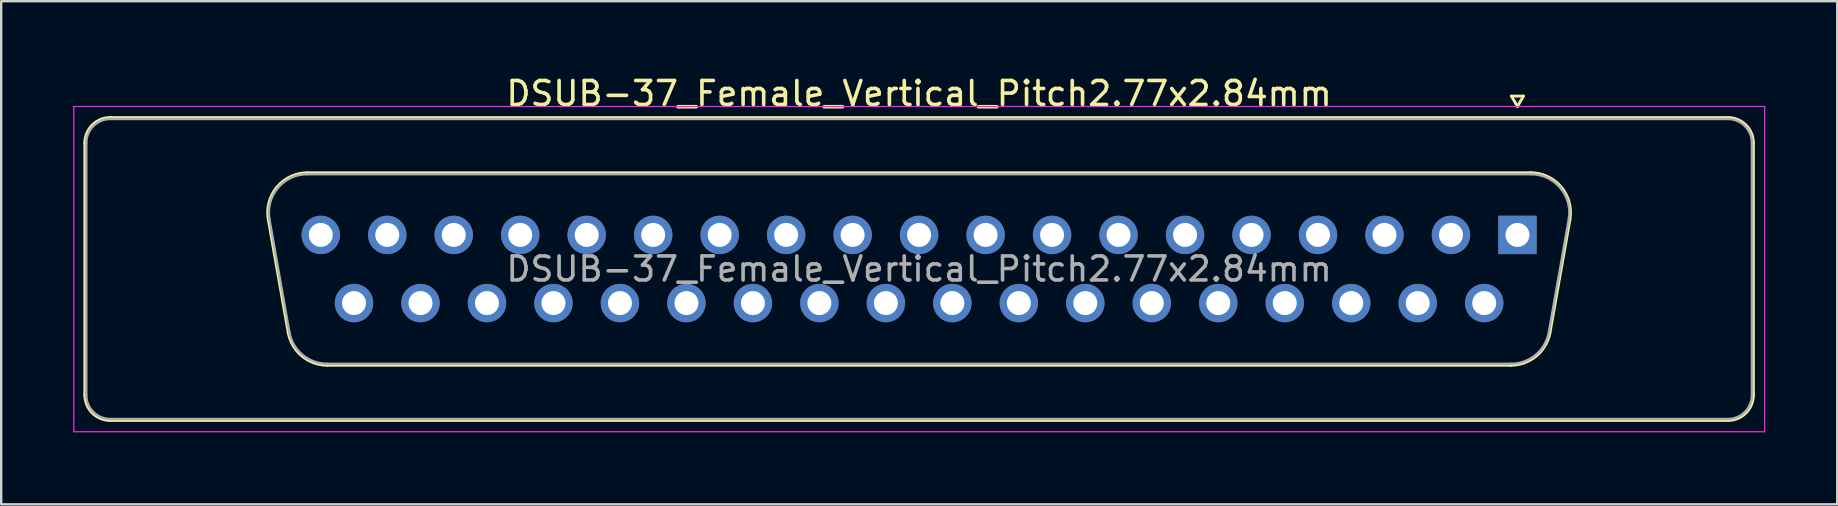
<source format=kicad_pcb>
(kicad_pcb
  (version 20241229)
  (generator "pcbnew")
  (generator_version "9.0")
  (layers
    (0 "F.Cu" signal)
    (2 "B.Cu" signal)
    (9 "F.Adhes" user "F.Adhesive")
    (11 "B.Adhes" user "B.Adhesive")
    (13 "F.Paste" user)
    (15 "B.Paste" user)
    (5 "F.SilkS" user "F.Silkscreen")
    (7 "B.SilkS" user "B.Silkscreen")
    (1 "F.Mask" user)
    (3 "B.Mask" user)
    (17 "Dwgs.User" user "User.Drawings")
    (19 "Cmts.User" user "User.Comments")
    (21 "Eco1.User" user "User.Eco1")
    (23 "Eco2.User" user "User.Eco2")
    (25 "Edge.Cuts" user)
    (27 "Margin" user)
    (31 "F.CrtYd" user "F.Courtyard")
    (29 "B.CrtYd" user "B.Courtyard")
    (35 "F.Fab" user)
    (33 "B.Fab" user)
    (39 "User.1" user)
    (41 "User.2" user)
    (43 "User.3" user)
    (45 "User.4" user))
  (footprint "DSUB-37_Female_Vertical_Pitch2.77x2.84mm"
    (layer "F.Cu")
    (at 60.175 6.738)
    (property "Reference" "DSUB-37_Female_Vertical_Pitch2.77x2.84mm" (at -24.93 -5.89 0) (layer "F.SilkS") (effects (font (size 1 1) (thickness 0.15))))
    (attr through_hole)
    (fp_line (start -59.69 6.67) (end -59.69 -3.83) (stroke (width 0.12) (type solid)) (layer "F.SilkS"))
    (fp_line (start -58.63 -4.89) (end 8.77 -4.89) (stroke (width 0.12) (type solid)) (layer "F.SilkS"))
    (fp_line (start -52.046 -0.642) (end -51.218 4.058) (stroke (width 0.12) (type solid)) (layer "F.SilkS"))
    (fp_line (start -50.412 -2.59) (end 0.552 -2.59) (stroke (width 0.12) (type solid)) (layer "F.SilkS"))
    (fp_line (start -49.583 5.43) (end -0.277 5.43) (stroke (width 0.12) (type solid)) (layer "F.SilkS"))
    (fp_line (start -0.25 -5.784) (end 0.25 -5.784) (stroke (width 0.12) (type solid)) (layer "F.SilkS"))
    (fp_line (start 0 -5.351) (end -0.25 -5.784) (stroke (width 0.12) (type solid)) (layer "F.SilkS"))
    (fp_line (start 0.25 -5.784) (end 0 -5.351) (stroke (width 0.12) (type solid)) (layer "F.SilkS"))
    (fp_line (start 2.186 -0.642) (end 1.358 4.058) (stroke (width 0.12) (type solid)) (layer "F.SilkS"))
    (fp_line (start 8.77 7.73) (end -58.63 7.73) (stroke (width 0.12) (type solid)) (layer "F.SilkS"))
    (fp_line (start 9.83 -3.83) (end 9.83 6.67) (stroke (width 0.12) (type solid)) (layer "F.SilkS"))
    (fp_arc (start -59.69 -3.83) (mid -59.379533 -4.579533) (end -58.63 -4.89) (stroke (width 0.12) (type solid)) (layer "F.SilkS"))
    (fp_arc (start -58.63 7.73) (mid -59.379533 7.419533) (end -59.69 6.67) (stroke (width 0.12) (type solid)) (layer "F.SilkS"))
    (fp_arc (start -52.04647 -0.641744) (mid -51.683323 -1.997028) (end -50.411689 -2.59) (stroke (width 0.12) (type solid)) (layer "F.SilkS"))
    (fp_arc (start -49.582952 5.43) (mid -50.649979 5.041634) (end -51.217733 4.058256) (stroke (width 0.12) (type solid)) (layer "F.SilkS"))
    (fp_arc (start 0.551689 -2.59) (mid 1.823323 -1.997027) (end 2.18647 -0.641744) (stroke (width 0.12) (type solid)) (layer "F.SilkS"))
    (fp_arc (start 1.357733 4.058256) (mid 0.78998 5.041634) (end -0.277048 5.43) (stroke (width 0.12) (type solid)) (layer "F.SilkS"))
    (fp_arc (start 8.77 -4.89) (mid 9.519533 -4.579533) (end 9.83 -3.83) (stroke (width 0.12) (type solid)) (layer "F.SilkS"))
    (fp_arc (start 9.83 6.67) (mid 9.519533 7.419533) (end 8.77 7.73) (stroke (width 0.12) (type solid)) (layer "F.SilkS"))
    (fp_line (start -60.15 -5.35) (end -60.15 8.2) (stroke (width 0.05) (type solid)) (layer "F.CrtYd"))
    (fp_line (start -60.15 8.2) (end 10.3 8.2) (stroke (width 0.05) (type solid)) (layer "F.CrtYd"))
    (fp_line (start 10.3 -5.35) (end -60.15 -5.35) (stroke (width 0.05) (type solid)) (layer "F.CrtYd"))
    (fp_line (start 10.3 8.2) (end 10.3 -5.35) (stroke (width 0.05) (type solid)) (layer "F.CrtYd"))
    (fp_line (start -59.63 6.67) (end -59.63 -3.83) (stroke (width 0.1) (type solid)) (layer "F.Fab"))
    (fp_line (start -58.63 -4.83) (end 8.77 -4.83) (stroke (width 0.1) (type solid)) (layer "F.Fab"))
    (fp_line (start -51.999 -0.652) (end -51.17 4.048) (stroke (width 0.1) (type solid)) (layer "F.Fab"))
    (fp_line (start -50.423 -2.53) (end 0.563 -2.53) (stroke (width 0.1) (type solid)) (layer "F.Fab"))
    (fp_line (start -49.594 5.37) (end -0.266 5.37) (stroke (width 0.1) (type solid)) (layer "F.Fab"))
    (fp_line (start 2.139 -0.652) (end 1.31 4.048) (stroke (width 0.1) (type solid)) (layer "F.Fab"))
    (fp_line (start 8.77 7.67) (end -58.63 7.67) (stroke (width 0.1) (type solid)) (layer "F.Fab"))
    (fp_line (start 9.77 -3.83) (end 9.77 6.67) (stroke (width 0.1) (type solid)) (layer "F.Fab"))
    (fp_arc (start -59.63 -3.83) (mid -59.337107 -4.537107) (end -58.63 -4.83) (stroke (width 0.1) (type solid)) (layer "F.Fab"))
    (fp_arc (start -58.63 7.67) (mid -59.337107 7.377107) (end -59.63 6.67) (stroke (width 0.1) (type solid)) (layer "F.Fab"))
    (fp_arc (start -51.998886 -0.652163) (mid -51.648865 -1.95846) (end -50.423194 -2.53) (stroke (width 0.1) (type solid)) (layer "F.Fab"))
    (fp_arc (start -49.594457 5.37) (mid -50.622917 4.995671) (end -51.170149 4.047837) (stroke (width 0.1) (type solid)) (layer "F.Fab"))
    (fp_arc (start 0.563194 -2.53) (mid 1.788865 -1.95846) (end 2.138886 -0.652163) (stroke (width 0.1) (type solid)) (layer "F.Fab"))
    (fp_arc (start 1.310149 4.047837) (mid 0.762917 4.995671) (end -0.265543 5.37) (stroke (width 0.1) (type solid)) (layer "F.Fab"))
    (fp_arc (start 8.77 -4.83) (mid 9.477107 -4.537107) (end 9.77 -3.83) (stroke (width 0.1) (type solid)) (layer "F.Fab"))
    (fp_arc (start 9.77 6.67) (mid 9.477107 7.377107) (end 8.77 7.67) (stroke (width 0.1) (type solid)) (layer "F.Fab"))
    (fp_text user "${REFERENCE}" (at -24.93 1.42 0) (layer "F.Fab") (effects (font (size 1 1) (thickness 0.15))))
    (pad "1" thru_hole rect (at 0 0) (size 1.6 1.6) (drill 1) (layers "*.Cu" "*.Mask"))
    (pad "2" thru_hole circle (at -2.77 0) (size 1.6 1.6) (drill 1) (layers "*.Cu" "*.Mask"))
    (pad "3" thru_hole circle (at -5.54 0) (size 1.6 1.6) (drill 1) (layers "*.Cu" "*.Mask"))
    (pad "4" thru_hole circle (at -8.31 0) (size 1.6 1.6) (drill 1) (layers "*.Cu" "*.Mask"))
    (pad "5" thru_hole circle (at -11.08 0) (size 1.6 1.6) (drill 1) (layers "*.Cu" "*.Mask"))
    (pad "6" thru_hole circle (at -13.85 0) (size 1.6 1.6) (drill 1) (layers "*.Cu" "*.Mask"))
    (pad "7" thru_hole circle (at -16.62 0) (size 1.6 1.6) (drill 1) (layers "*.Cu" "*.Mask"))
    (pad "8" thru_hole circle (at -19.39 0) (size 1.6 1.6) (drill 1) (layers "*.Cu" "*.Mask"))
    (pad "9" thru_hole circle (at -22.16 0) (size 1.6 1.6) (drill 1) (layers "*.Cu" "*.Mask"))
    (pad "10" thru_hole circle (at -24.93 0) (size 1.6 1.6) (drill 1) (layers "*.Cu" "*.Mask"))
    (pad "11" thru_hole circle (at -27.7 0) (size 1.6 1.6) (drill 1) (layers "*.Cu" "*.Mask"))
    (pad "12" thru_hole circle (at -30.47 0) (size 1.6 1.6) (drill 1) (layers "*.Cu" "*.Mask"))
    (pad "13" thru_hole circle (at -33.24 0) (size 1.6 1.6) (drill 1) (layers "*.Cu" "*.Mask"))
    (pad "14" thru_hole circle (at -36.01 0) (size 1.6 1.6) (drill 1) (layers "*.Cu" "*.Mask"))
    (pad "15" thru_hole circle (at -38.78 0) (size 1.6 1.6) (drill 1) (layers "*.Cu" "*.Mask"))
    (pad "16" thru_hole circle (at -41.55 0) (size 1.6 1.6) (drill 1) (layers "*.Cu" "*.Mask"))
    (pad "17" thru_hole circle (at -44.32 0) (size 1.6 1.6) (drill 1) (layers "*.Cu" "*.Mask"))
    (pad "18" thru_hole circle (at -47.09 0) (size 1.6 1.6) (drill 1) (layers "*.Cu" "*.Mask"))
    (pad "19" thru_hole circle (at -49.86 0) (size 1.6 1.6) (drill 1) (layers "*.Cu" "*.Mask"))
    (pad "20" thru_hole circle (at -1.385 2.84) (size 1.6 1.6) (drill 1) (layers "*.Cu" "*.Mask"))
    (pad "21" thru_hole circle (at -4.155 2.84) (size 1.6 1.6) (drill 1) (layers "*.Cu" "*.Mask"))
    (pad "22" thru_hole circle (at -6.925 2.84) (size 1.6 1.6) (drill 1) (layers "*.Cu" "*.Mask"))
    (pad "23" thru_hole circle (at -9.695 2.84) (size 1.6 1.6) (drill 1) (layers "*.Cu" "*.Mask"))
    (pad "24" thru_hole circle (at -12.465 2.84) (size 1.6 1.6) (drill 1) (layers "*.Cu" "*.Mask"))
    (pad "25" thru_hole circle (at -15.235 2.84) (size 1.6 1.6) (drill 1) (layers "*.Cu" "*.Mask"))
    (pad "26" thru_hole circle (at -18.005 2.84) (size 1.6 1.6) (drill 1) (layers "*.Cu" "*.Mask"))
    (pad "27" thru_hole circle (at -20.775 2.84) (size 1.6 1.6) (drill 1) (layers "*.Cu" "*.Mask"))
    (pad "28" thru_hole circle (at -23.545 2.84) (size 1.6 1.6) (drill 1) (layers "*.Cu" "*.Mask"))
    (pad "29" thru_hole circle (at -26.315 2.84) (size 1.6 1.6) (drill 1) (layers "*.Cu" "*.Mask"))
    (pad "30" thru_hole circle (at -29.085 2.84) (size 1.6 1.6) (drill 1) (layers "*.Cu" "*.Mask"))
    (pad "31" thru_hole circle (at -31.855 2.84) (size 1.6 1.6) (drill 1) (layers "*.Cu" "*.Mask"))
    (pad "32" thru_hole circle (at -34.625 2.84) (size 1.6 1.6) (drill 1) (layers "*.Cu" "*.Mask"))
    (pad "33" thru_hole circle (at -37.395 2.84) (size 1.6 1.6) (drill 1) (layers "*.Cu" "*.Mask"))
    (pad "34" thru_hole circle (at -40.165 2.84) (size 1.6 1.6) (drill 1) (layers "*.Cu" "*.Mask"))
    (pad "35" thru_hole circle (at -42.935 2.84) (size 1.6 1.6) (drill 1) (layers "*.Cu" "*.Mask"))
    (pad "36" thru_hole circle (at -45.705 2.84) (size 1.6 1.6) (drill 1) (layers "*.Cu" "*.Mask"))
    (pad "37" thru_hole circle (at -48.475 2.84) (size 1.6 1.6) (drill 1) (layers "*.Cu" "*.Mask")))
  (gr_rect
    (start -3 -3)
    (end 73.5 17.963)
    (stroke (width 0.1) (type default))
    (fill no)
    (layer "Edge.Cuts")))
</source>
